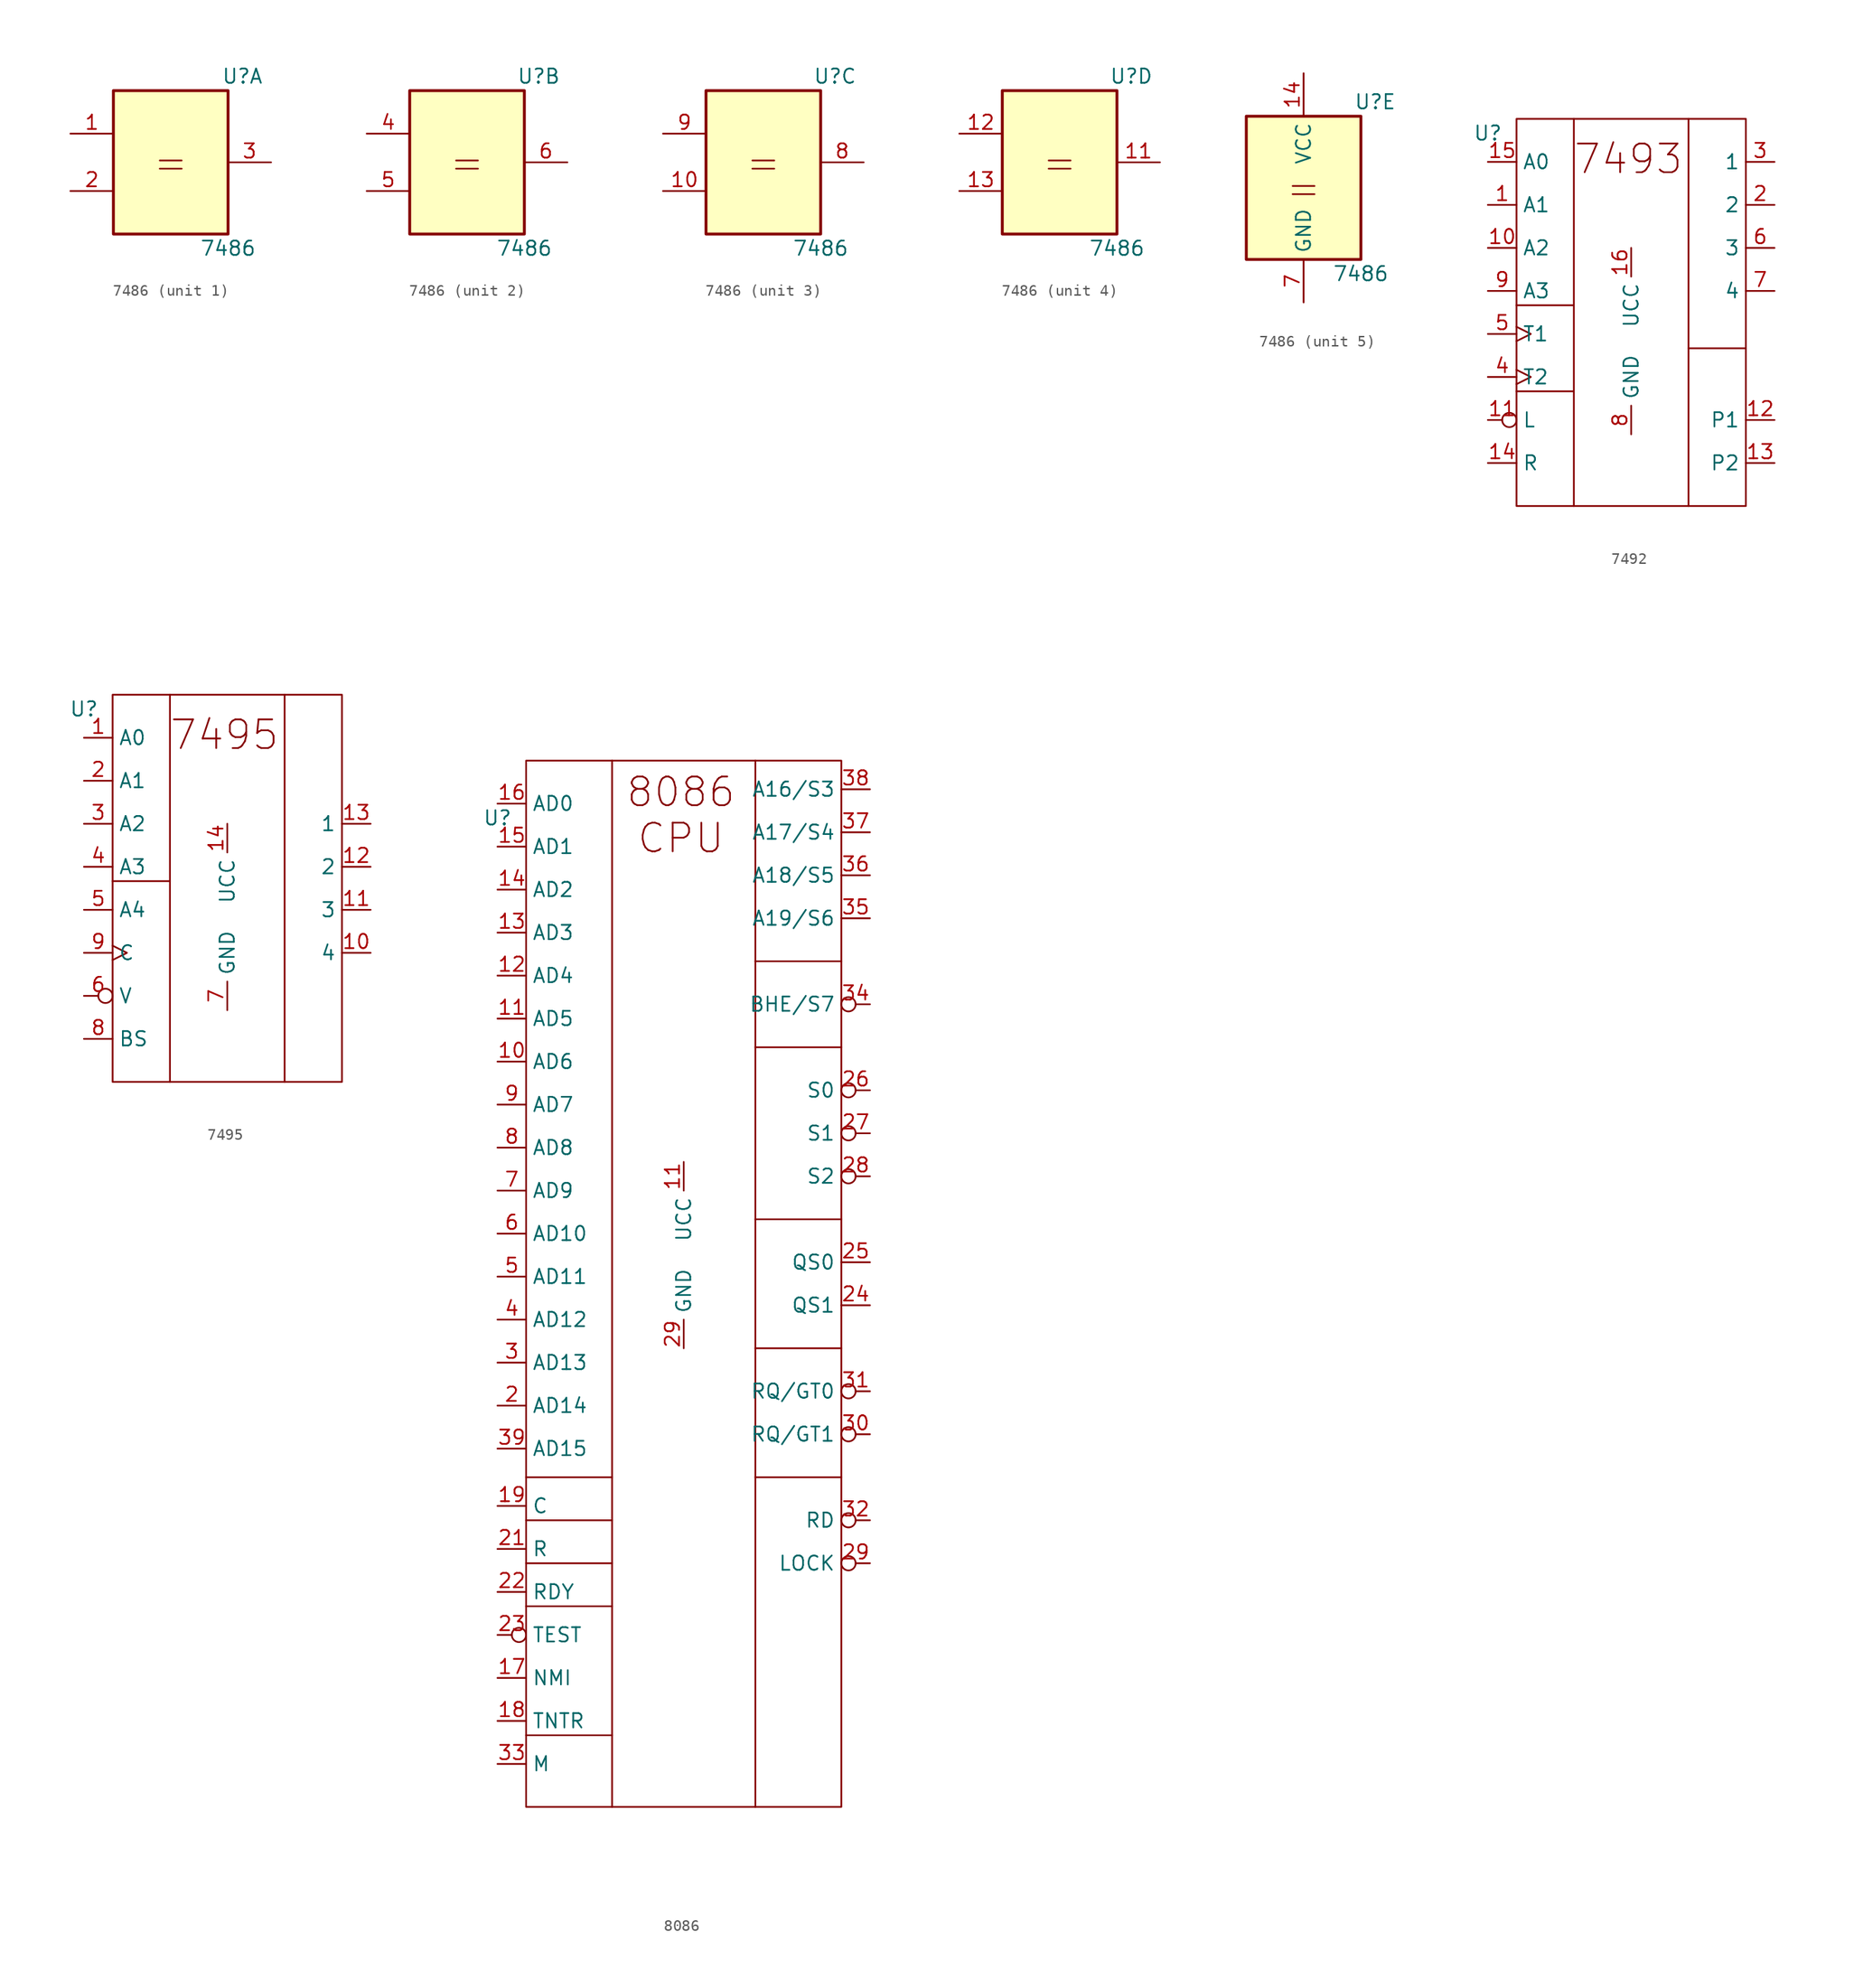
<source format=kicad_sym>
(kicad_symbol_lib
  (version 20231120)
  (generator "kicad_symbol_editor")
  (generator_version "8.0")
  (symbol "7486"
    (property "Reference" "U"
      (at 6.35 7.62 0)
      (effects (font (size 1.27 1.27))))
    (property "Value" "7486"
      (at 5.08 -7.62 0)
      (effects (font (size 1.27 1.27))))
    (property "ki_locked" ""
      (at 0 0 0)
      (effects (font (size 1.27 1.27))))
    (symbol "7486_0_0"
      (text "=" (at 0 0 0) (effects (font (size 2.54 2.54)))))
    (symbol "7486_0_1"
      (rectangle (start -5.08 6.35) (end 5.08 -6.35) (stroke (width 0.254) (type default)) (fill (type background))))
    (symbol "7486_1_1"
      (pin input line (at -8.89 2.54 0) (length 3.81) (name "~" (effects (font (size 1.27 1.27)))) (number "1" (effects (font (size 1.27 1.27)))))
      (pin input line (at -8.89 -2.54 0) (length 3.81) (name "~" (effects (font (size 1.27 1.27)))) (number "2" (effects (font (size 1.27 1.27)))))
      (pin output line (at 8.89 0 180) (length 3.81) (name "~" (effects (font (size 1.27 1.27)))) (number "3" (effects (font (size 1.27 1.27))))))
    (symbol "7486_2_1"
      (pin input line (at -8.89 2.54 0) (length 3.81) (name "~" (effects (font (size 1.27 1.27)))) (number "4" (effects (font (size 1.27 1.27)))))
      (pin input line (at -8.89 -2.54 0) (length 3.81) (name "~" (effects (font (size 1.27 1.27)))) (number "5" (effects (font (size 1.27 1.27)))))
      (pin output line (at 8.89 0 180) (length 3.81) (name "~" (effects (font (size 1.27 1.27)))) (number "6" (effects (font (size 1.27 1.27))))))
    (symbol "7486_3_1"
      (pin input line (at -8.89 -2.54 0) (length 3.81) (name "~" (effects (font (size 1.27 1.27)))) (number "10" (effects (font (size 1.27 1.27)))))
      (pin output line (at 8.89 0 180) (length 3.81) (name "~" (effects (font (size 1.27 1.27)))) (number "8" (effects (font (size 1.27 1.27)))))
      (pin input line (at -8.89 2.54 0) (length 3.81) (name "~" (effects (font (size 1.27 1.27)))) (number "9" (effects (font (size 1.27 1.27))))))
    (symbol "7486_4_1"
      (pin output line (at 8.89 0 180) (length 3.81) (name "~" (effects (font (size 1.27 1.27)))) (number "11" (effects (font (size 1.27 1.27)))))
      (pin input line (at -8.89 2.54 0) (length 3.81) (name "~" (effects (font (size 1.27 1.27)))) (number "12" (effects (font (size 1.27 1.27)))))
      (pin input line (at -8.89 -2.54 0) (length 3.81) (name "~" (effects (font (size 1.27 1.27)))) (number "13" (effects (font (size 1.27 1.27))))))
    (symbol "7486_5_1"
      (pin power_in line (at 0 10.16 270) (length 3.81) (name "VCC" (effects (font (size 1.27 1.27)))) (number "14" (effects (font (size 1.27 1.27)))))
      (pin power_in line (at 0 -10.16 90) (length 3.81) (name "GND" (effects (font (size 1.27 1.27)))) (number "7" (effects (font (size 1.27 1.27)))))))
  (symbol "7492"
    (property "Reference" "U"
      (at 0 2.54 0)
      (effects (font (size 1.27 1.27))))
    (property "Value" ""
      (at 2.54 6.35 0)
      (effects (font (size 1.27 1.27))))
    (symbol "7492_0_1"
      (polyline (pts (xy 2.54 -20.32) (xy 7.62 -20.32)) (stroke (width 0) (type default)) (fill (type none)))
      (polyline (pts (xy 2.54 -12.7) (xy 7.62 -12.7)) (stroke (width 0) (type default)) (fill (type none)))
      (polyline (pts (xy 7.62 3.81) (xy 7.62 -30.48)) (stroke (width 0) (type default)) (fill (type none)))
      (polyline (pts (xy 17.78 -16.51) (xy 22.86 -16.51)) (stroke (width 0) (type default)) (fill (type none)))
      (polyline (pts (xy 17.78 3.81) (xy 17.78 -30.48)) (stroke (width 0) (type default)) (fill (type none)))
      (rectangle (start 2.54 3.81) (end 22.86 -30.48) (stroke (width 0) (type default)) (fill (type none))))
    (symbol "7492_1_1"
      (text "7493" (at 12.446 0.254 0) (effects (font (size 2.54 2.54))))
      (pin input line (at 0 -3.81 0) (length 2.54) (name "A1" (effects (font (size 1.27 1.27)))) (number "1" (effects (font (size 1.27 1.27)))))
      (pin input line (at 0 -7.62 0) (length 2.54) (name "A2" (effects (font (size 1.27 1.27)))) (number "10" (effects (font (size 1.27 1.27)))))
      (pin input inverted (at 0 -22.86 0) (length 2.54) (name "L" (effects (font (size 1.27 1.27)))) (number "11" (effects (font (size 1.27 1.27)))))
      (pin output line (at 25.4 -22.86 180) (length 2.54) (name "P1" (effects (font (size 1.27 1.27)))) (number "12" (effects (font (size 1.27 1.27)))))
      (pin output line (at 25.4 -26.67 180) (length 2.54) (name "P2" (effects (font (size 1.27 1.27)))) (number "13" (effects (font (size 1.27 1.27)))))
      (pin input line (at 0 -26.67 0) (length 2.54) (name "R" (effects (font (size 1.27 1.27)))) (number "14" (effects (font (size 1.27 1.27)))))
      (pin input line (at 0 0 0) (length 2.54) (name "A0" (effects (font (size 1.27 1.27)))) (number "15" (effects (font (size 1.27 1.27)))))
      (pin power_in line (at 12.7 -7.62 270) (length 2.54) (name "UCC" (effects (font (size 1.27 1.27)))) (number "16" (effects (font (size 1.27 1.27)))))
      (pin output line (at 25.4 -3.81 180) (length 2.54) (name "2" (effects (font (size 1.27 1.27)))) (number "2" (effects (font (size 1.27 1.27)))))
      (pin output line (at 25.4 0 180) (length 2.54) (name "1" (effects (font (size 1.27 1.27)))) (number "3" (effects (font (size 1.27 1.27)))))
      (pin input clock (at 0 -19.05 0) (length 2.54) (name "T2" (effects (font (size 1.27 1.27)))) (number "4" (effects (font (size 1.27 1.27)))))
      (pin input clock (at 0 -15.24 0) (length 2.54) (name "T1" (effects (font (size 1.27 1.27)))) (number "5" (effects (font (size 1.27 1.27)))))
      (pin output line (at 25.4 -7.62 180) (length 2.54) (name "3" (effects (font (size 1.27 1.27)))) (number "6" (effects (font (size 1.27 1.27)))))
      (pin output line (at 25.4 -11.43 180) (length 2.54) (name "4" (effects (font (size 1.27 1.27)))) (number "7" (effects (font (size 1.27 1.27)))))
      (pin power_in line (at 12.7 -24.13 90) (length 2.54) (name "GND" (effects (font (size 1.27 1.27)))) (number "8" (effects (font (size 1.27 1.27)))))
      (pin input line (at 0 -11.43 0) (length 2.54) (name "A3" (effects (font (size 1.27 1.27)))) (number "9" (effects (font (size 1.27 1.27)))))))
  (symbol "7495"
    (property "Reference" "U"
      (at 0 2.54 0)
      (effects (font (size 1.27 1.27))))
    (property "Value" ""
      (at 2.54 6.35 0)
      (effects (font (size 1.27 1.27))))
    (symbol "7495_0_1"
      (polyline (pts (xy 2.54 -12.7) (xy 7.62 -12.7)) (stroke (width 0) (type default)) (fill (type none)))
      (polyline (pts (xy 7.62 3.81) (xy 7.62 -30.48)) (stroke (width 0) (type default)) (fill (type none)))
      (polyline (pts (xy 17.78 3.81) (xy 17.78 -30.48)) (stroke (width 0) (type default)) (fill (type none)))
      (rectangle (start 2.54 3.81) (end 22.86 -30.48) (stroke (width 0) (type default)) (fill (type none))))
    (symbol "7495_1_1"
      (text "7495" (at 12.446 0.254 0) (effects (font (size 2.54 2.54))))
      (pin input line (at 0 0 0) (length 2.54) (name "A0" (effects (font (size 1.27 1.27)))) (number "1" (effects (font (size 1.27 1.27)))))
      (pin output line (at 25.4 -19.05 180) (length 2.54) (name "4" (effects (font (size 1.27 1.27)))) (number "10" (effects (font (size 1.27 1.27)))))
      (pin output line (at 25.4 -15.24 180) (length 2.54) (name "3" (effects (font (size 1.27 1.27)))) (number "11" (effects (font (size 1.27 1.27)))))
      (pin output line (at 25.4 -11.43 180) (length 2.54) (name "2" (effects (font (size 1.27 1.27)))) (number "12" (effects (font (size 1.27 1.27)))))
      (pin output line (at 25.4 -7.62 180) (length 2.54) (name "1" (effects (font (size 1.27 1.27)))) (number "13" (effects (font (size 1.27 1.27)))))
      (pin power_in line (at 12.7 -7.62 270) (length 2.54) (name "UCC" (effects (font (size 1.27 1.27)))) (number "14" (effects (font (size 1.27 1.27)))))
      (pin input line (at 0 -3.81 0) (length 2.54) (name "A1" (effects (font (size 1.27 1.27)))) (number "2" (effects (font (size 1.27 1.27)))))
      (pin input line (at 0 -7.62 0) (length 2.54) (name "A2" (effects (font (size 1.27 1.27)))) (number "3" (effects (font (size 1.27 1.27)))))
      (pin input line (at 0 -11.43 0) (length 2.54) (name "A3" (effects (font (size 1.27 1.27)))) (number "4" (effects (font (size 1.27 1.27)))))
      (pin input line (at 0 -15.24 0) (length 2.54) (name "A4" (effects (font (size 1.27 1.27)))) (number "5" (effects (font (size 1.27 1.27)))))
      (pin input inverted (at 0 -22.86 0) (length 2.54) (name "V" (effects (font (size 1.27 1.27)))) (number "6" (effects (font (size 1.27 1.27)))))
      (pin power_in line (at 12.7 -24.13 90) (length 2.54) (name "GND" (effects (font (size 1.27 1.27)))) (number "7" (effects (font (size 1.27 1.27)))))
      (pin input line (at 0 -26.67 0) (length 2.54) (name "BS" (effects (font (size 1.27 1.27)))) (number "8" (effects (font (size 1.27 1.27)))))
      (pin input clock (at 0 -19.05 0) (length 2.54) (name "C" (effects (font (size 1.27 1.27)))) (number "9" (effects (font (size 1.27 1.27)))))))
  (symbol "8086"
    (property "Reference" "U"
      (at 0 -1.27 0)
      (effects (font (size 1.27 1.27))))
    (property "Value" ""
      (at 2.54 6.35 0)
      (effects (font (size 1.27 1.27))))
    (symbol "8086_0_1"
      (polyline (pts (xy 2.54 -82.55) (xy 10.16 -82.55)) (stroke (width 0) (type default)) (fill (type none)))
      (polyline (pts (xy 2.54 -71.12) (xy 10.16 -71.12)) (stroke (width 0) (type default)) (fill (type none)))
      (polyline (pts (xy 2.54 -67.31) (xy 10.16 -67.31)) (stroke (width 0) (type default)) (fill (type none)))
      (polyline (pts (xy 2.54 -63.5) (xy 10.16 -63.5)) (stroke (width 0) (type default)) (fill (type none)))
      (polyline (pts (xy 2.54 -59.69) (xy 10.16 -59.69)) (stroke (width 0) (type default)) (fill (type none)))
      (polyline (pts (xy 10.16 3.81) (xy 10.16 -88.9)) (stroke (width 0) (type default)) (fill (type none)))
      (polyline (pts (xy 22.86 -59.69) (xy 30.48 -59.69)) (stroke (width 0) (type default)) (fill (type none)))
      (polyline (pts (xy 22.86 -48.26) (xy 30.48 -48.26)) (stroke (width 0) (type default)) (fill (type none)))
      (polyline (pts (xy 22.86 -36.83) (xy 30.48 -36.83)) (stroke (width 0) (type default)) (fill (type none)))
      (polyline (pts (xy 22.86 -21.59) (xy 30.48 -21.59)) (stroke (width 0) (type default)) (fill (type none)))
      (polyline (pts (xy 22.86 -13.97) (xy 30.48 -13.97)) (stroke (width 0) (type default)) (fill (type none)))
      (polyline (pts (xy 22.86 3.81) (xy 22.86 -88.9)) (stroke (width 0) (type default)) (fill (type none)))
      (rectangle (start 2.54 3.81) (end 30.48 -88.9) (stroke (width 0) (type default)) (fill (type none))))
    (symbol "8086_1_1"
      (text "8086\nCPU" (at 16.256 -1.016 0) (effects (font (size 2.54 2.54))))
      (pin bidirectional line (at 0 -22.86 0) (length 2.54) (name "AD6" (effects (font (size 1.27 1.27)))) (number "10" (effects (font (size 1.27 1.27)))))
      (pin bidirectional line (at 0 -19.05 0) (length 2.54) (name "AD5" (effects (font (size 1.27 1.27)))) (number "11" (effects (font (size 1.27 1.27)))))
      (pin power_in line (at 16.51 -31.75 270) (length 2.54) (name "UCC" (effects (font (size 1.27 1.27)))) (number "11" (effects (font (size 1.27 1.27)))))
      (pin bidirectional line (at 0 -15.24 0) (length 2.54) (name "AD4" (effects (font (size 1.27 1.27)))) (number "12" (effects (font (size 1.27 1.27)))))
      (pin bidirectional line (at 0 -11.43 0) (length 2.54) (name "AD3" (effects (font (size 1.27 1.27)))) (number "13" (effects (font (size 1.27 1.27)))))
      (pin bidirectional line (at 0 -7.62 0) (length 2.54) (name "AD2" (effects (font (size 1.27 1.27)))) (number "14" (effects (font (size 1.27 1.27)))))
      (pin bidirectional line (at 0 -3.81 0) (length 2.54) (name "AD1" (effects (font (size 1.27 1.27)))) (number "15" (effects (font (size 1.27 1.27)))))
      (pin bidirectional line (at 0 0 0) (length 2.54) (name "AD0" (effects (font (size 1.27 1.27)))) (number "16" (effects (font (size 1.27 1.27)))))
      (pin input line (at 0 -77.47 0) (length 2.54) (name "NMI" (effects (font (size 1.27 1.27)))) (number "17" (effects (font (size 1.27 1.27)))))
      (pin input line (at 0 -81.28 0) (length 2.54) (name "TNTR" (effects (font (size 1.27 1.27)))) (number "18" (effects (font (size 1.27 1.27)))))
      (pin input line (at 0 -62.23 0) (length 2.54) (name "C" (effects (font (size 1.27 1.27)))) (number "19" (effects (font (size 1.27 1.27)))))
      (pin bidirectional line (at 0 -53.34 0) (length 2.54) (name "AD14" (effects (font (size 1.27 1.27)))) (number "2" (effects (font (size 1.27 1.27)))))
      (pin input line (at 0 -66.04 0) (length 2.54) (name "R" (effects (font (size 1.27 1.27)))) (number "21" (effects (font (size 1.27 1.27)))))
      (pin input line (at 0 -69.85 0) (length 2.54) (name "RDY" (effects (font (size 1.27 1.27)))) (number "22" (effects (font (size 1.27 1.27)))))
      (pin input inverted (at 0 -73.66 0) (length 2.54) (name "TEST" (effects (font (size 1.27 1.27)))) (number "23" (effects (font (size 1.27 1.27)))))
      (pin output line (at 33.02 -44.45 180) (length 2.54) (name "QS1" (effects (font (size 1.27 1.27)))) (number "24" (effects (font (size 1.27 1.27)))))
      (pin output line (at 33.02 -40.64 180) (length 2.54) (name "QS0" (effects (font (size 1.27 1.27)))) (number "25" (effects (font (size 1.27 1.27)))))
      (pin output inverted (at 33.02 -25.4 180) (length 2.54) (name "S0" (effects (font (size 1.27 1.27)))) (number "26" (effects (font (size 1.27 1.27)))))
      (pin output inverted (at 33.02 -29.21 180) (length 2.54) (name "S1" (effects (font (size 1.27 1.27)))) (number "27" (effects (font (size 1.27 1.27)))))
      (pin output inverted (at 33.02 -33.02 180) (length 2.54) (name "S2" (effects (font (size 1.27 1.27)))) (number "28" (effects (font (size 1.27 1.27)))))
      (pin power_in line (at 16.51 -48.26 90) (length 2.54) (name "GND" (effects (font (size 1.27 1.27)))) (number "29" (effects (font (size 1.27 1.27)))))
      (pin output inverted (at 33.02 -67.31 180) (length 2.54) (name "LOCK" (effects (font (size 1.27 1.27)))) (number "29" (effects (font (size 1.27 1.27)))))
      (pin bidirectional line (at 0 -49.53 0) (length 2.54) (name "AD13" (effects (font (size 1.27 1.27)))) (number "3" (effects (font (size 1.27 1.27)))))
      (pin bidirectional inverted (at 33.02 -55.88 180) (length 2.54) (name "RQ/GT1" (effects (font (size 1.27 1.27)))) (number "30" (effects (font (size 1.27 1.27)))))
      (pin bidirectional inverted (at 33.02 -52.07 180) (length 2.54) (name "RQ/GT0" (effects (font (size 1.27 1.27)))) (number "31" (effects (font (size 1.27 1.27)))))
      (pin output inverted (at 33.02 -63.5 180) (length 2.54) (name "RD" (effects (font (size 1.27 1.27)))) (number "32" (effects (font (size 1.27 1.27)))))
      (pin input line (at 0 -85.09 0) (length 2.54) (name "M" (effects (font (size 1.27 1.27)))) (number "33" (effects (font (size 1.27 1.27)))))
      (pin output inverted (at 33.02 -17.78 180) (length 2.54) (name "BHE/S7" (effects (font (size 1.27 1.27)))) (number "34" (effects (font (size 1.27 1.27)))))
      (pin output line (at 33.02 -10.16 180) (length 2.54) (name "A19/S6" (effects (font (size 1.27 1.27)))) (number "35" (effects (font (size 1.27 1.27)))))
      (pin output line (at 33.02 -6.35 180) (length 2.54) (name "A18/S5" (effects (font (size 1.27 1.27)))) (number "36" (effects (font (size 1.27 1.27)))))
      (pin output line (at 33.02 -2.54 180) (length 2.54) (name "A17/S4" (effects (font (size 1.27 1.27)))) (number "37" (effects (font (size 1.27 1.27)))))
      (pin output line (at 33.02 1.27 180) (length 2.54) (name "A16/S3" (effects (font (size 1.27 1.27)))) (number "38" (effects (font (size 1.27 1.27)))))
      (pin bidirectional line (at 0 -57.15 0) (length 2.54) (name "AD15" (effects (font (size 1.27 1.27)))) (number "39" (effects (font (size 1.27 1.27)))))
      (pin bidirectional line (at 0 -45.72 0) (length 2.54) (name "AD12" (effects (font (size 1.27 1.27)))) (number "4" (effects (font (size 1.27 1.27)))))
      (pin bidirectional line (at 0 -41.91 0) (length 2.54) (name "AD11" (effects (font (size 1.27 1.27)))) (number "5" (effects (font (size 1.27 1.27)))))
      (pin bidirectional line (at 0 -38.1 0) (length 2.54) (name "AD10" (effects (font (size 1.27 1.27)))) (number "6" (effects (font (size 1.27 1.27)))))
      (pin bidirectional line (at 0 -34.29 0) (length 2.54) (name "AD9" (effects (font (size 1.27 1.27)))) (number "7" (effects (font (size 1.27 1.27)))))
      (pin bidirectional line (at 0 -30.48 0) (length 2.54) (name "AD8" (effects (font (size 1.27 1.27)))) (number "8" (effects (font (size 1.27 1.27)))))
      (pin bidirectional line (at 0 -26.67 0) (length 2.54) (name "AD7" (effects (font (size 1.27 1.27)))) (number "9" (effects (font (size 1.27 1.27))))))))
</source>
